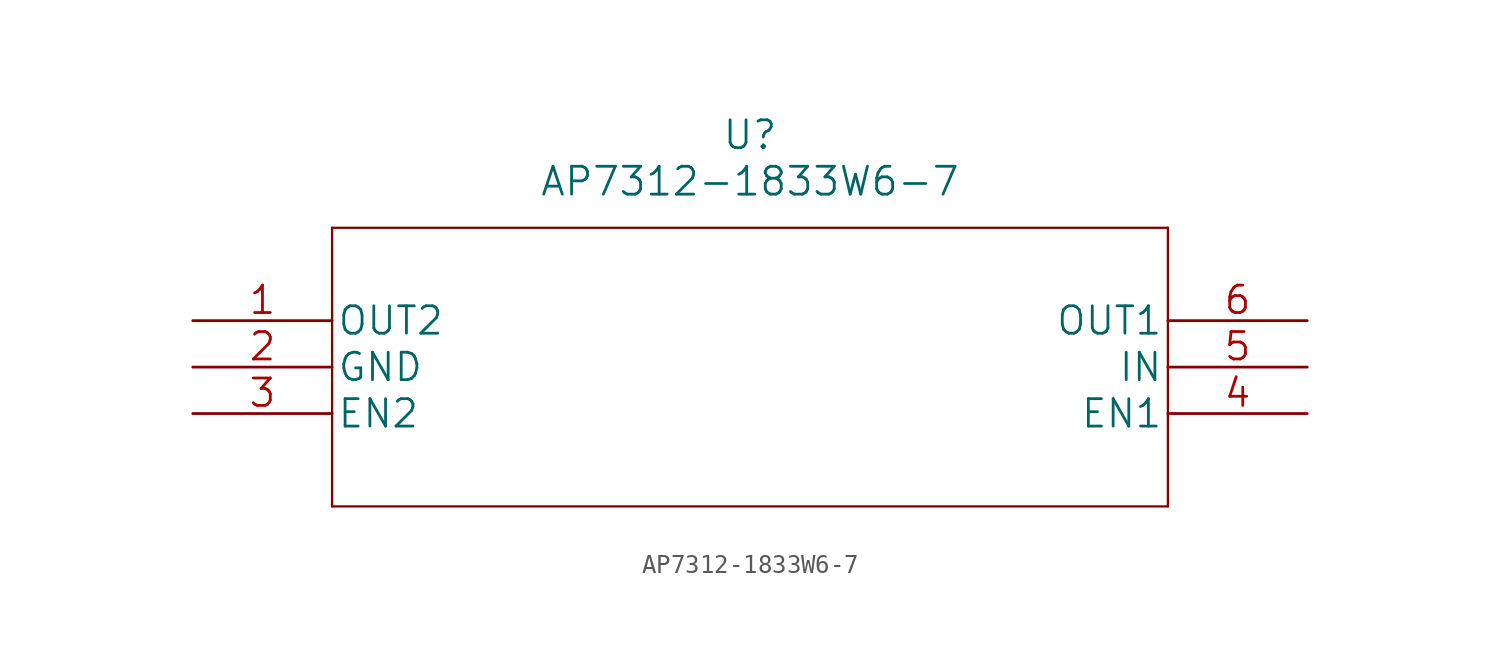
<source format=kicad_sym>
(kicad_symbol_lib
  (version 20211014)
  (generator kicad_symbol_editor)
  (symbol "AP7312-1833W6-7"
    (pin_names
      (offset 0.254))
    (property "Reference" "U"
      (at 30.48 10.16 0)
      (effects (font (size 1.524 1.524))))
    (property "Value" "AP7312-1833W6-7"
      (at 30.48 7.62 0)
      (effects (font (size 1.524 1.524))))
    (property "Datasheet" ""
      (at 0 0 0)
      (effects (font (size 1.524 1.524))))
    (property "ki_locked" ""
      (at 0 0 0)
      (effects (font (size 1.27 1.27))))
    (symbol "AP7312-1833W6-7_1_1"
      (polyline (pts (xy 7.62 -10.16) (xy 53.34 -10.16)) (stroke (width 0.127) (type default) (color 0 0 0 0)) (fill (type none)))
      (polyline (pts (xy 7.62 5.08) (xy 7.62 -10.16)) (stroke (width 0.127) (type default) (color 0 0 0 0)) (fill (type none)))
      (polyline (pts (xy 53.34 -10.16) (xy 53.34 5.08)) (stroke (width 0.127) (type default) (color 0 0 0 0)) (fill (type none)))
      (polyline (pts (xy 53.34 5.08) (xy 7.62 5.08)) (stroke (width 0.127) (type default) (color 0 0 0 0)) (fill (type none)))
      (pin output line (at 0 0 0) (length 7.62) (name "OUT2" (effects (font (size 1.499 1.499)))) (number "1" (effects (font (size 1.499 1.499)))))
      (pin power_in line (at 0 -2.54 0) (length 7.62) (name "GND" (effects (font (size 1.499 1.499)))) (number "2" (effects (font (size 1.499 1.499)))))
      (pin input line (at 0 -5.08 0) (length 7.62) (name "EN2" (effects (font (size 1.499 1.499)))) (number "3" (effects (font (size 1.499 1.499)))))
      (pin input line (at 60.96 -5.08 180) (length 7.62) (name "EN1" (effects (font (size 1.499 1.499)))) (number "4" (effects (font (size 1.499 1.499)))))
      (pin input line (at 60.96 -2.54 180) (length 7.62) (name "IN" (effects (font (size 1.499 1.499)))) (number "5" (effects (font (size 1.499 1.499)))))
      (pin output line (at 60.96 0 180) (length 7.62) (name "OUT1" (effects (font (size 1.499 1.499)))) (number "6" (effects (font (size 1.499 1.499))))))))
</source>
